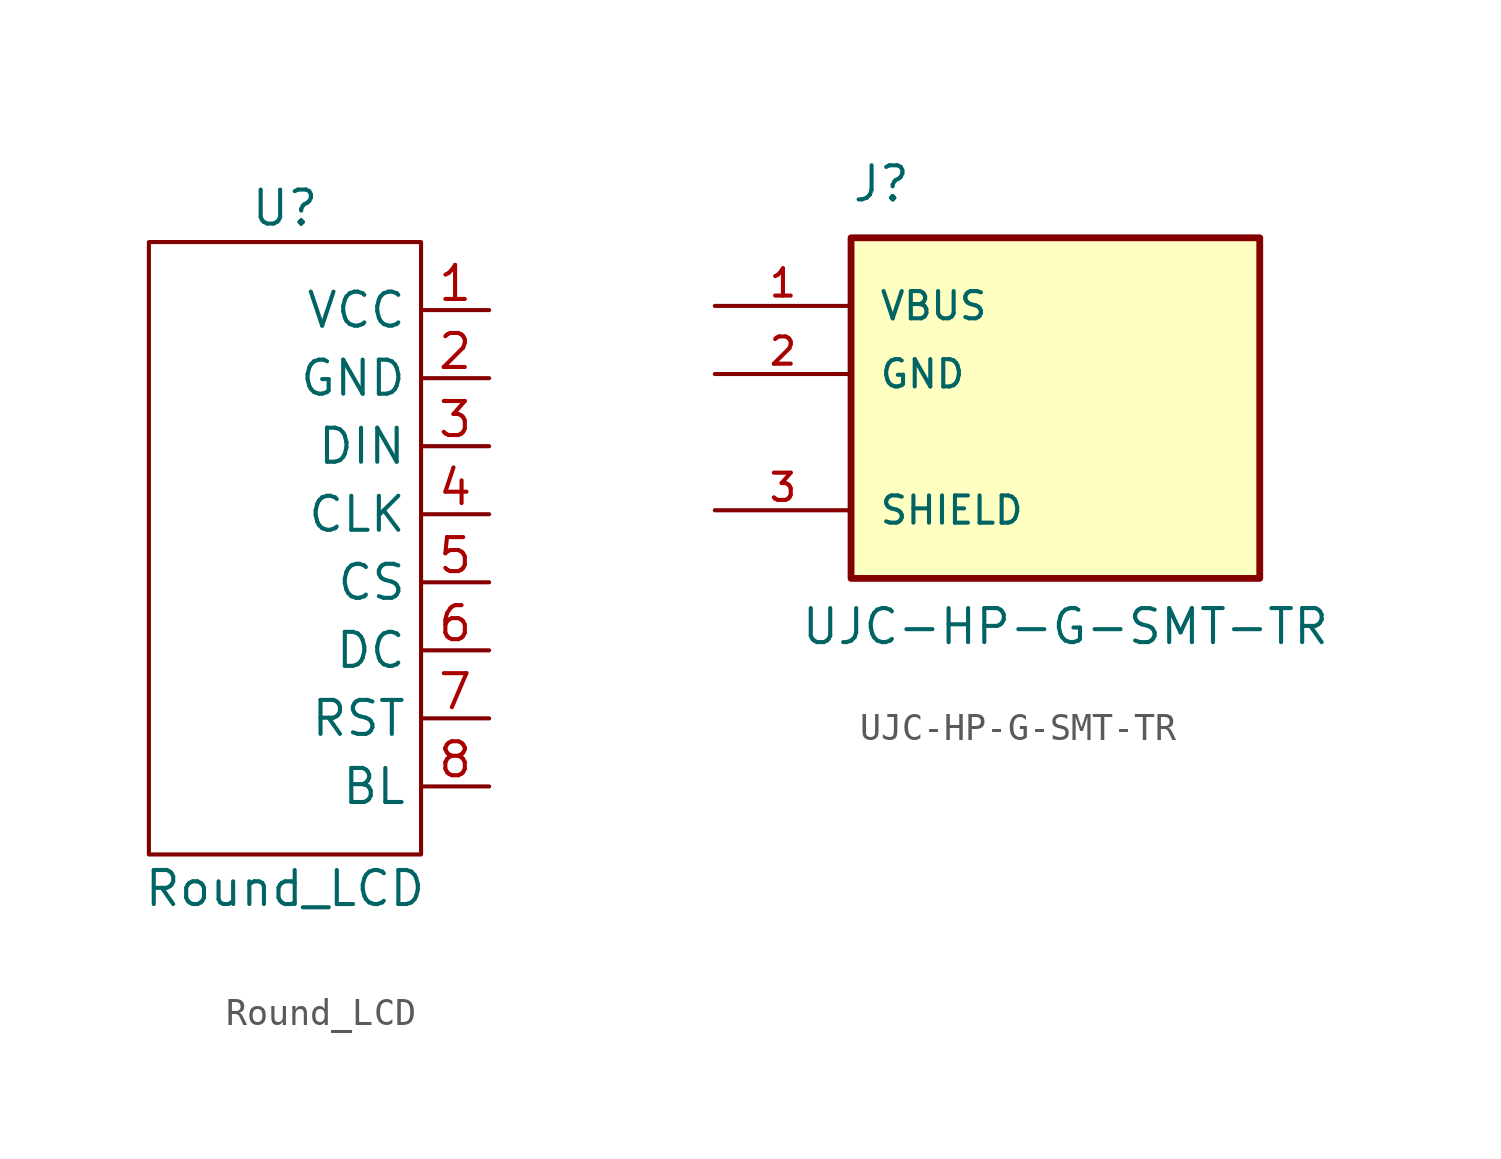
<source format=kicad_sym>
(kicad_symbol_lib
  (version 20211014)
  (generator kicad_symbol_editor)
  (symbol "Round_LCD"
    (property "Reference" "U"
      (at 0 10.16 0)
      (effects (font (size 1.27 1.27))))
    (property "Value" "Round_LCD"
      (at 0 -15.24 0)
      (effects (font (size 1.27 1.27))))
    (symbol "Round_LCD_0_1"
      (rectangle (start -5.08 8.89) (end 5.08 -13.97) (stroke (width 0) (type default) (color 0 0 0 0)) (fill (type none))))
    (symbol "Round_LCD_1_1"
      (pin input line (at 7.62 6.35 180) (length 2.54) (name "VCC" (effects (font (size 1.27 1.27)))) (number "1" (effects (font (size 1.27 1.27)))))
      (pin input line (at 7.62 3.81 180) (length 2.54) (name "GND" (effects (font (size 1.27 1.27)))) (number "2" (effects (font (size 1.27 1.27)))))
      (pin input line (at 7.62 1.27 180) (length 2.54) (name "DIN" (effects (font (size 1.27 1.27)))) (number "3" (effects (font (size 1.27 1.27)))))
      (pin input line (at 7.62 -1.27 180) (length 2.54) (name "CLK" (effects (font (size 1.27 1.27)))) (number "4" (effects (font (size 1.27 1.27)))))
      (pin input line (at 7.62 -3.81 180) (length 2.54) (name "CS" (effects (font (size 1.27 1.27)))) (number "5" (effects (font (size 1.27 1.27)))))
      (pin input line (at 7.62 -6.35 180) (length 2.54) (name "DC" (effects (font (size 1.27 1.27)))) (number "6" (effects (font (size 1.27 1.27)))))
      (pin input line (at 7.62 -8.89 180) (length 2.54) (name "RST" (effects (font (size 1.27 1.27)))) (number "7" (effects (font (size 1.27 1.27)))))
      (pin input line (at 7.62 -11.43 180) (length 2.54) (name "BL" (effects (font (size 1.27 1.27)))) (number "8" (effects (font (size 1.27 1.27)))))))
  (symbol "UJC-HP-G-SMT-TR"
    (pin_names
      (offset 1.016))
    (property "Reference" "J"
      (at -7.62 6.35 0)
      (effects (font (size 1.27 1.27)) (justify left bottom)))
    (property "Value" "UJC-HP-G-SMT-TR"
      (at -9.525 -10.16 0)
      (effects (font (size 1.27 1.27)) (justify left bottom)))
    (symbol "UJC-HP-G-SMT-TR_0_0"
      (rectangle (start -7.62 -7.62) (end 7.62 5.08) (stroke (width 0.254) (type default) (color 0 0 0 0)) (fill (type background)))
      (pin power_in line (at -12.7 2.54 0) (length 5.08) (name "VBUS" (effects (font (size 1.016 1.016)))) (number "1" (effects (font (size 1.016 1.016)))))
      (pin power_in line (at -12.7 0 0) (length 5.08) (name "GND" (effects (font (size 1.016 1.016)))) (number "2" (effects (font (size 1.016 1.016)))))
      (pin passive line (at -12.7 -5.08 0) (length 5.08) (name "SHIELD" (effects (font (size 1.016 1.016)))) (number "3" (effects (font (size 1.016 1.016))))))))
</source>
